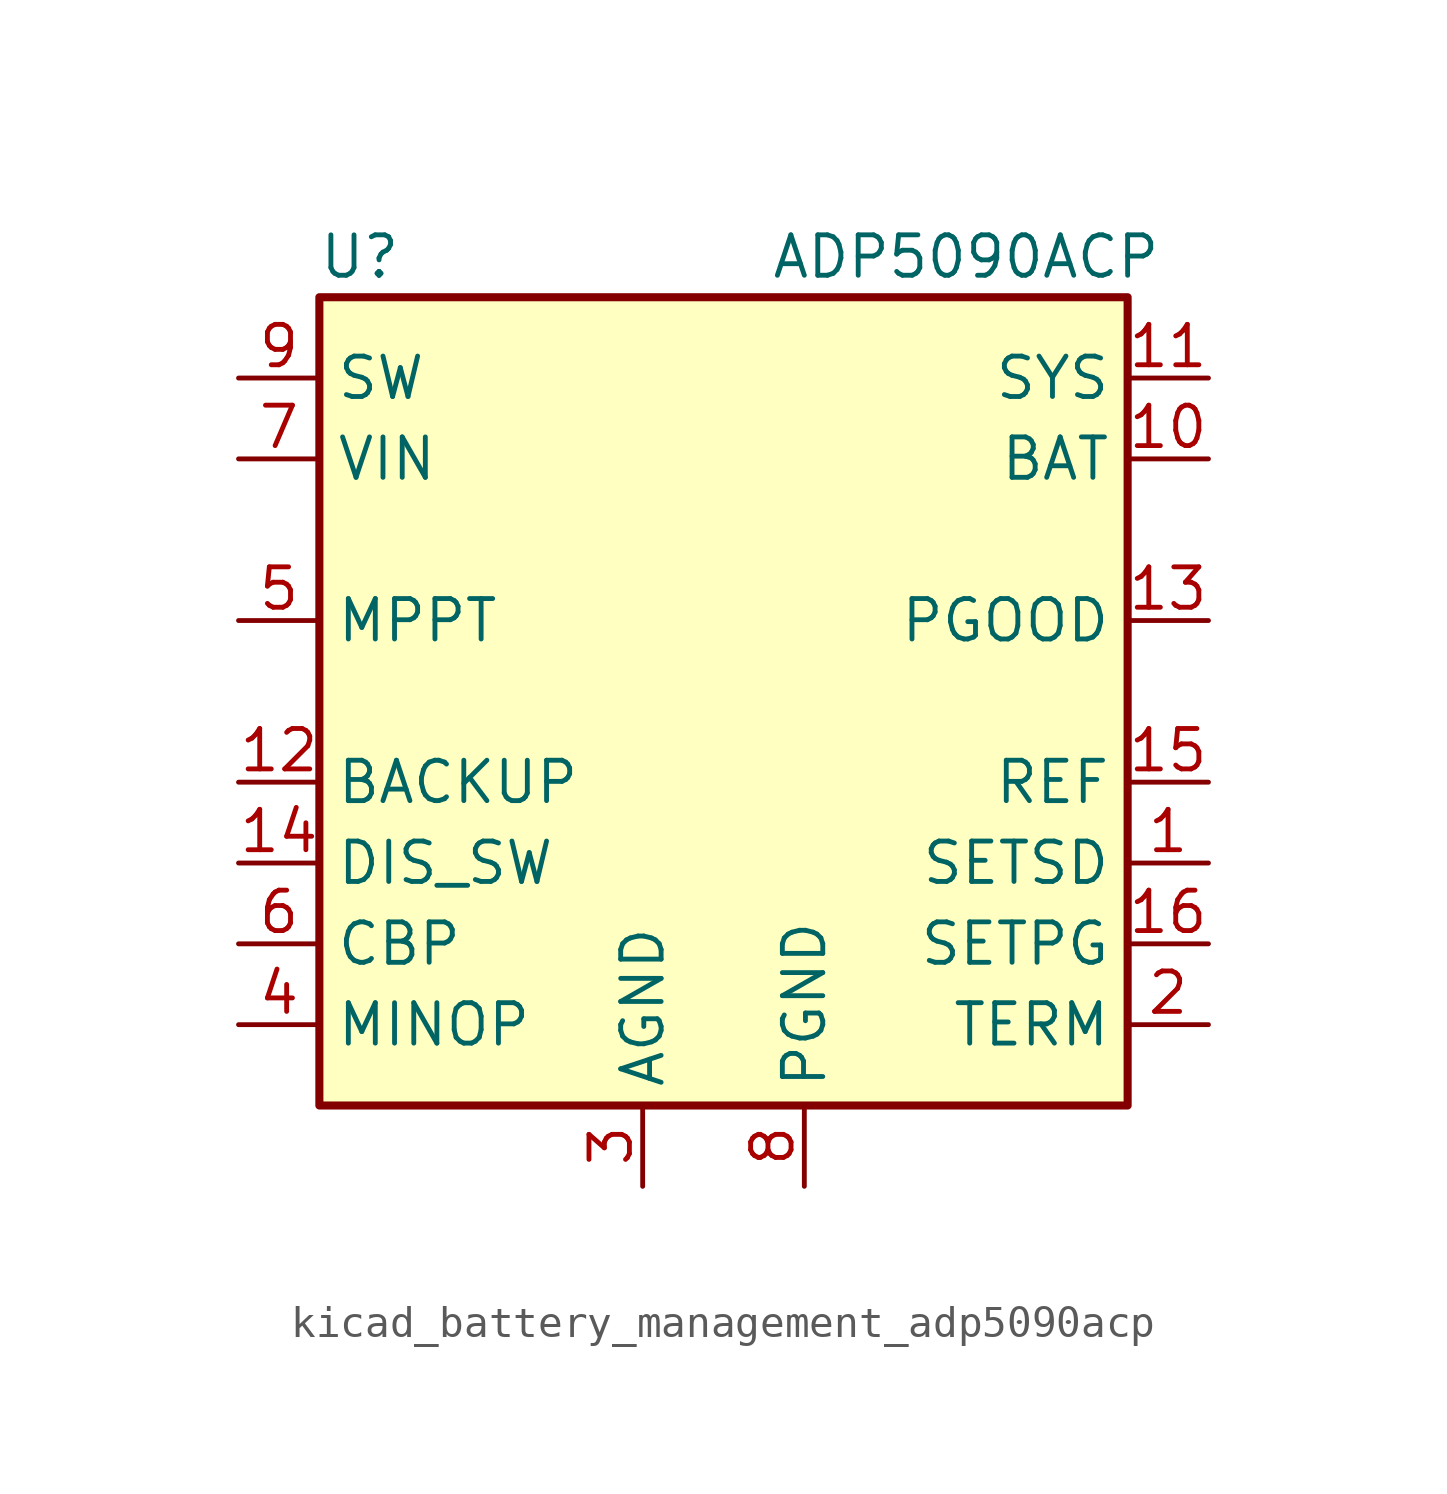
<source format=kicad_sym>
(kicad_symbol_lib
  (version 20220914)
  (generator kicad_symbol_editor)
  (symbol "kicad_battery_management_adp5090acp"
    (property "Reference" "U"
      (at -11.43 13.97 0)
      (effects (font (size 1.27 1.27))))
    (property "Value" "ADP5090ACP"
      (at 7.62 13.97 0)
      (effects (font (size 1.27 1.27))))
    (symbol "kicad_battery_management_adp5090acp_0_1"
      (rectangle (start -12.7 12.7) (end 12.7 -12.7) (stroke (width 0.254) (type default)) (fill (type background))))
    (symbol "kicad_battery_management_adp5090acp_1_1"
      (pin input line (at 15.24 -5.08 180) (length 2.54) (name "SETSD" (effects (font (size 1.27 1.27)))) (number "1" (effects (font (size 1.27 1.27)))))
      (pin power_out line (at 15.24 7.62 180) (length 2.54) (name "BAT" (effects (font (size 1.27 1.27)))) (number "10" (effects (font (size 1.27 1.27)))))
      (pin power_out line (at 15.24 10.16 180) (length 2.54) (name "SYS" (effects (font (size 1.27 1.27)))) (number "11" (effects (font (size 1.27 1.27)))))
      (pin passive line (at -15.24 -2.54 0) (length 2.54) (name "BACKUP" (effects (font (size 1.27 1.27)))) (number "12" (effects (font (size 1.27 1.27)))))
      (pin output line (at 15.24 2.54 180) (length 2.54) (name "PGOOD" (effects (font (size 1.27 1.27)))) (number "13" (effects (font (size 1.27 1.27)))))
      (pin input line (at -15.24 -5.08 0) (length 2.54) (name "DIS_SW" (effects (font (size 1.27 1.27)))) (number "14" (effects (font (size 1.27 1.27)))))
      (pin output line (at 15.24 -2.54 180) (length 2.54) (name "REF" (effects (font (size 1.27 1.27)))) (number "15" (effects (font (size 1.27 1.27)))))
      (pin input line (at 15.24 -7.62 180) (length 2.54) (name "SETPG" (effects (font (size 1.27 1.27)))) (number "16" (effects (font (size 1.27 1.27)))))
      (pin passive line (at -2.54 -15.24 90) (length 2.54) hide (name "AGND" (effects (font (size 1.27 1.27)))) (number "17" (effects (font (size 1.27 1.27)))))
      (pin input line (at 15.24 -10.16 180) (length 2.54) (name "TERM" (effects (font (size 1.27 1.27)))) (number "2" (effects (font (size 1.27 1.27)))))
      (pin power_in line (at -2.54 -15.24 90) (length 2.54) (name "AGND" (effects (font (size 1.27 1.27)))) (number "3" (effects (font (size 1.27 1.27)))))
      (pin passive line (at -15.24 -10.16 0) (length 2.54) (name "MINOP" (effects (font (size 1.27 1.27)))) (number "4" (effects (font (size 1.27 1.27)))))
      (pin input line (at -15.24 2.54 0) (length 2.54) (name "MPPT" (effects (font (size 1.27 1.27)))) (number "5" (effects (font (size 1.27 1.27)))))
      (pin passive line (at -15.24 -7.62 0) (length 2.54) (name "CBP" (effects (font (size 1.27 1.27)))) (number "6" (effects (font (size 1.27 1.27)))))
      (pin power_in line (at -15.24 7.62 0) (length 2.54) (name "VIN" (effects (font (size 1.27 1.27)))) (number "7" (effects (font (size 1.27 1.27)))))
      (pin power_in line (at 2.54 -15.24 90) (length 2.54) (name "PGND" (effects (font (size 1.27 1.27)))) (number "8" (effects (font (size 1.27 1.27)))))
      (pin input line (at -15.24 10.16 0) (length 2.54) (name "SW" (effects (font (size 1.27 1.27)))) (number "9" (effects (font (size 1.27 1.27))))))))
</source>
